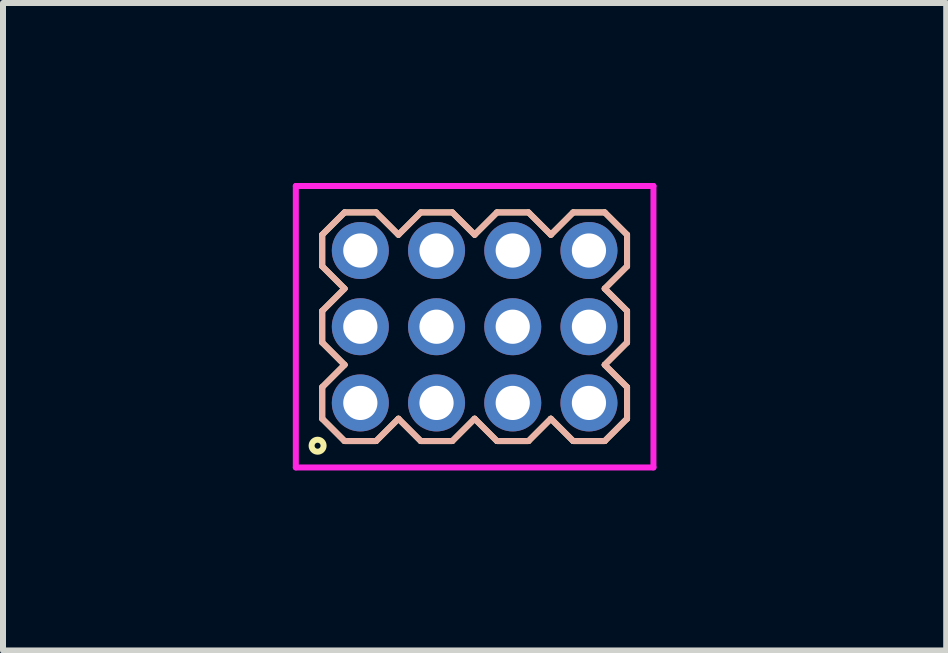
<source format=kicad_pcb>
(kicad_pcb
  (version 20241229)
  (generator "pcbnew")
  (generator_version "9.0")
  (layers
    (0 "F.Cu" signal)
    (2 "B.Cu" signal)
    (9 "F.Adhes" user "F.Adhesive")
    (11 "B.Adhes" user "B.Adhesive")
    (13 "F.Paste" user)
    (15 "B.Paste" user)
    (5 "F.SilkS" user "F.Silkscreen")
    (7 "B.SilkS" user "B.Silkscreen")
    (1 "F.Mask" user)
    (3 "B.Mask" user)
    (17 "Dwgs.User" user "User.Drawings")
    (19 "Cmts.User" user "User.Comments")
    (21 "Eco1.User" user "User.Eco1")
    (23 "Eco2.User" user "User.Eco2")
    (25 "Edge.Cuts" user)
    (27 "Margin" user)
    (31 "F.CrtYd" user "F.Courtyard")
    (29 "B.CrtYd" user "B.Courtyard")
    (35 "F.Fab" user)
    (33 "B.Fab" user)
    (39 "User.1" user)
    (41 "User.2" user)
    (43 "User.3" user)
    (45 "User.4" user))
  (footprint "HDR127P4x3"
    (layer "F.Cu")
    (at 4.86 2.395)
    (property "Reference" "HDR127P4x3" (at 0 0 0) (layer "User.1") (effects (font (size 1 1) (thickness 0.1))))
    (attr through_hole)
    (fp_line (start -2.54 -1.533) (end -2.168 -1.905) (stroke (width 0.1) (type solid)) (layer "F.SilkS"))
    (fp_line (start -2.54 -1.007) (end -2.54 -1.533) (stroke (width 0.1) (type solid)) (layer "F.SilkS"))
    (fp_line (start -2.54 -0.263) (end -2.168 -0.635) (stroke (width 0.1) (type solid)) (layer "F.SilkS"))
    (fp_line (start -2.54 0.263) (end -2.54 -0.263) (stroke (width 0.1) (type solid)) (layer "F.SilkS"))
    (fp_line (start -2.54 1.007) (end -2.168 0.635) (stroke (width 0.1) (type solid)) (layer "F.SilkS"))
    (fp_line (start -2.54 1.533) (end -2.54 1.007) (stroke (width 0.1) (type solid)) (layer "F.SilkS"))
    (fp_line (start -2.168 -1.905) (end -1.642 -1.905) (stroke (width 0.1) (type solid)) (layer "F.SilkS"))
    (fp_line (start -2.168 -0.635) (end -2.54 -1.007) (stroke (width 0.1) (type solid)) (layer "F.SilkS"))
    (fp_line (start -2.168 0.635) (end -2.54 0.263) (stroke (width 0.1) (type solid)) (layer "F.SilkS"))
    (fp_line (start -2.168 1.905) (end -2.54 1.533) (stroke (width 0.1) (type solid)) (layer "F.SilkS"))
    (fp_line (start -1.642 -1.905) (end -1.27 -1.533) (stroke (width 0.1) (type solid)) (layer "F.SilkS"))
    (fp_line (start -1.642 1.905) (end -2.168 1.905) (stroke (width 0.1) (type solid)) (layer "F.SilkS"))
    (fp_line (start -1.27 -1.533) (end -0.898 -1.905) (stroke (width 0.1) (type solid)) (layer "F.SilkS"))
    (fp_line (start -1.27 1.533) (end -1.642 1.905) (stroke (width 0.1) (type solid)) (layer "F.SilkS"))
    (fp_line (start -0.898 -1.905) (end -0.372 -1.905) (stroke (width 0.1) (type solid)) (layer "F.SilkS"))
    (fp_line (start -0.898 1.905) (end -1.27 1.533) (stroke (width 0.1) (type solid)) (layer "F.SilkS"))
    (fp_line (start -0.372 -1.905) (end 0 -1.533) (stroke (width 0.1) (type solid)) (layer "F.SilkS"))
    (fp_line (start -0.372 1.905) (end -0.898 1.905) (stroke (width 0.1) (type solid)) (layer "F.SilkS"))
    (fp_line (start 0 -1.533) (end 0.372 -1.905) (stroke (width 0.1) (type solid)) (layer "F.SilkS"))
    (fp_line (start 0 1.533) (end -0.372 1.905) (stroke (width 0.1) (type solid)) (layer "F.SilkS"))
    (fp_line (start 0.372 -1.905) (end 0.898 -1.905) (stroke (width 0.1) (type solid)) (layer "F.SilkS"))
    (fp_line (start 0.372 1.905) (end 0 1.533) (stroke (width 0.1) (type solid)) (layer "F.SilkS"))
    (fp_line (start 0.898 -1.905) (end 1.27 -1.533) (stroke (width 0.1) (type solid)) (layer "F.SilkS"))
    (fp_line (start 0.898 1.905) (end 0.372 1.905) (stroke (width 0.1) (type solid)) (layer "F.SilkS"))
    (fp_line (start 1.27 -1.533) (end 1.642 -1.905) (stroke (width 0.1) (type solid)) (layer "F.SilkS"))
    (fp_line (start 1.27 1.533) (end 0.898 1.905) (stroke (width 0.1) (type solid)) (layer "F.SilkS"))
    (fp_line (start 1.642 -1.905) (end 2.168 -1.905) (stroke (width 0.1) (type solid)) (layer "F.SilkS"))
    (fp_line (start 1.642 1.905) (end 1.27 1.533) (stroke (width 0.1) (type solid)) (layer "F.SilkS"))
    (fp_line (start 2.168 -1.905) (end 2.54 -1.533) (stroke (width 0.1) (type solid)) (layer "F.SilkS"))
    (fp_line (start 2.168 -0.635) (end 2.54 -0.263) (stroke (width 0.1) (type solid)) (layer "F.SilkS"))
    (fp_line (start 2.168 0.635) (end 2.54 1.007) (stroke (width 0.1) (type solid)) (layer "F.SilkS"))
    (fp_line (start 2.168 1.905) (end 1.642 1.905) (stroke (width 0.1) (type solid)) (layer "F.SilkS"))
    (fp_line (start 2.54 -1.533) (end 2.54 -1.007) (stroke (width 0.1) (type solid)) (layer "F.SilkS"))
    (fp_line (start 2.54 -1.007) (end 2.168 -0.635) (stroke (width 0.1) (type solid)) (layer "F.SilkS"))
    (fp_line (start 2.54 -0.263) (end 2.54 0.263) (stroke (width 0.1) (type solid)) (layer "F.SilkS"))
    (fp_line (start 2.54 0.263) (end 2.168 0.635) (stroke (width 0.1) (type solid)) (layer "F.SilkS"))
    (fp_line (start 2.54 1.007) (end 2.54 1.533) (stroke (width 0.1) (type solid)) (layer "F.SilkS"))
    (fp_line (start 2.54 1.533) (end 2.168 1.905) (stroke (width 0.1) (type solid)) (layer "F.SilkS"))
    (fp_circle (center -2.617 1.983) (end -2.517 1.983) (stroke (width 0.1) (type solid)) (fill no) (layer "F.SilkS"))
    (fp_line (start -2.54 -1.533) (end -2.168 -1.905) (stroke (width 0.1) (type solid)) (layer "B.SilkS"))
    (fp_line (start -2.54 -1.007) (end -2.54 -1.533) (stroke (width 0.1) (type solid)) (layer "B.SilkS"))
    (fp_line (start -2.54 -0.263) (end -2.168 -0.635) (stroke (width 0.1) (type solid)) (layer "B.SilkS"))
    (fp_line (start -2.54 0.263) (end -2.54 -0.263) (stroke (width 0.1) (type solid)) (layer "B.SilkS"))
    (fp_line (start -2.54 1.007) (end -2.168 0.635) (stroke (width 0.1) (type solid)) (layer "B.SilkS"))
    (fp_line (start -2.54 1.533) (end -2.54 1.007) (stroke (width 0.1) (type solid)) (layer "B.SilkS"))
    (fp_line (start -2.168 -1.905) (end -1.642 -1.905) (stroke (width 0.1) (type solid)) (layer "B.SilkS"))
    (fp_line (start -2.168 -0.635) (end -2.54 -1.007) (stroke (width 0.1) (type solid)) (layer "B.SilkS"))
    (fp_line (start -2.168 0.635) (end -2.54 0.263) (stroke (width 0.1) (type solid)) (layer "B.SilkS"))
    (fp_line (start -2.168 1.905) (end -2.54 1.533) (stroke (width 0.1) (type solid)) (layer "B.SilkS"))
    (fp_line (start -1.642 -1.905) (end -1.27 -1.533) (stroke (width 0.1) (type solid)) (layer "B.SilkS"))
    (fp_line (start -1.642 1.905) (end -2.168 1.905) (stroke (width 0.1) (type solid)) (layer "B.SilkS"))
    (fp_line (start -1.27 -1.533) (end -0.898 -1.905) (stroke (width 0.1) (type solid)) (layer "B.SilkS"))
    (fp_line (start -1.27 1.533) (end -1.642 1.905) (stroke (width 0.1) (type solid)) (layer "B.SilkS"))
    (fp_line (start -0.898 -1.905) (end -0.372 -1.905) (stroke (width 0.1) (type solid)) (layer "B.SilkS"))
    (fp_line (start -0.898 1.905) (end -1.27 1.533) (stroke (width 0.1) (type solid)) (layer "B.SilkS"))
    (fp_line (start -0.372 -1.905) (end 0 -1.533) (stroke (width 0.1) (type solid)) (layer "B.SilkS"))
    (fp_line (start -0.372 1.905) (end -0.898 1.905) (stroke (width 0.1) (type solid)) (layer "B.SilkS"))
    (fp_line (start 0 -1.533) (end 0.372 -1.905) (stroke (width 0.1) (type solid)) (layer "B.SilkS"))
    (fp_line (start 0 1.533) (end -0.372 1.905) (stroke (width 0.1) (type solid)) (layer "B.SilkS"))
    (fp_line (start 0.372 -1.905) (end 0.898 -1.905) (stroke (width 0.1) (type solid)) (layer "B.SilkS"))
    (fp_line (start 0.372 1.905) (end 0 1.533) (stroke (width 0.1) (type solid)) (layer "B.SilkS"))
    (fp_line (start 0.898 -1.905) (end 1.27 -1.533) (stroke (width 0.1) (type solid)) (layer "B.SilkS"))
    (fp_line (start 0.898 1.905) (end 0.372 1.905) (stroke (width 0.1) (type solid)) (layer "B.SilkS"))
    (fp_line (start 1.27 -1.533) (end 1.642 -1.905) (stroke (width 0.1) (type solid)) (layer "B.SilkS"))
    (fp_line (start 1.27 1.533) (end 0.898 1.905) (stroke (width 0.1) (type solid)) (layer "B.SilkS"))
    (fp_line (start 1.642 -1.905) (end 2.168 -1.905) (stroke (width 0.1) (type solid)) (layer "B.SilkS"))
    (fp_line (start 1.642 1.905) (end 1.27 1.533) (stroke (width 0.1) (type solid)) (layer "B.SilkS"))
    (fp_line (start 2.168 -1.905) (end 2.54 -1.533) (stroke (width 0.1) (type solid)) (layer "B.SilkS"))
    (fp_line (start 2.168 -0.635) (end 2.54 -0.263) (stroke (width 0.1) (type solid)) (layer "B.SilkS"))
    (fp_line (start 2.168 0.635) (end 2.54 1.007) (stroke (width 0.1) (type solid)) (layer "B.SilkS"))
    (fp_line (start 2.168 1.905) (end 1.642 1.905) (stroke (width 0.1) (type solid)) (layer "B.SilkS"))
    (fp_line (start 2.54 -1.533) (end 2.54 -1.007) (stroke (width 0.1) (type solid)) (layer "B.SilkS"))
    (fp_line (start 2.54 -1.007) (end 2.168 -0.635) (stroke (width 0.1) (type solid)) (layer "B.SilkS"))
    (fp_line (start 2.54 -0.263) (end 2.54 0.263) (stroke (width 0.1) (type solid)) (layer "B.SilkS"))
    (fp_line (start 2.54 0.263) (end 2.168 0.635) (stroke (width 0.1) (type solid)) (layer "B.SilkS"))
    (fp_line (start 2.54 1.007) (end 2.54 1.533) (stroke (width 0.1) (type solid)) (layer "B.SilkS"))
    (fp_line (start 2.54 1.533) (end 2.168 1.905) (stroke (width 0.1) (type solid)) (layer "B.SilkS"))
    (fp_line (start -2.98 -2.345) (end -2.98 2.345) (stroke (width 0.1) (type solid)) (layer "F.CrtYd"))
    (fp_line (start -2.98 2.345) (end 2.98 2.345) (stroke (width 0.1) (type solid)) (layer "F.CrtYd"))
    (fp_line (start 2.98 -2.345) (end -2.98 -2.345) (stroke (width 0.1) (type solid)) (layer "F.CrtYd"))
    (fp_line (start 2.98 2.345) (end 2.98 -2.345) (stroke (width 0.1) (type solid)) (layer "F.CrtYd"))
    (pad "1" thru_hole oval (at -1.905 1.27) (size 0.95 0.95) (drill 0.57) (layers "*.Cu" "*.Mask"))
    (pad "2" thru_hole oval (at -1.905 0) (size 0.95 0.95) (drill 0.57) (layers "*.Cu" "*.Mask"))
    (pad "3" thru_hole oval (at -1.905 -1.27) (size 0.95 0.95) (drill 0.57) (layers "*.Cu" "*.Mask"))
    (pad "4" thru_hole oval (at -0.635 1.27) (size 0.95 0.95) (drill 0.57) (layers "*.Cu" "*.Mask"))
    (pad "5" thru_hole oval (at -0.635 0) (size 0.95 0.95) (drill 0.57) (layers "*.Cu" "*.Mask"))
    (pad "6" thru_hole oval (at -0.635 -1.27) (size 0.95 0.95) (drill 0.57) (layers "*.Cu" "*.Mask"))
    (pad "7" thru_hole oval (at 0.635 1.27) (size 0.95 0.95) (drill 0.57) (layers "*.Cu" "*.Mask"))
    (pad "8" thru_hole oval (at 0.635 0) (size 0.95 0.95) (drill 0.57) (layers "*.Cu" "*.Mask"))
    (pad "9" thru_hole oval (at 0.635 -1.27) (size 0.95 0.95) (drill 0.57) (layers "*.Cu" "*.Mask"))
    (pad "10" thru_hole oval (at 1.905 1.27) (size 0.95 0.95) (drill 0.57) (layers "*.Cu" "*.Mask"))
    (pad "11" thru_hole oval (at 1.905 0) (size 0.95 0.95) (drill 0.57) (layers "*.Cu" "*.Mask"))
    (pad "12" thru_hole oval (at 1.905 -1.27) (size 0.95 0.95) (drill 0.57) (layers "*.Cu" "*.Mask")))
  (gr_rect
    (start -3 -3)
    (end 12.719 7.79)
    (stroke (width 0.1) (type default))
    (fill no)
    (layer "Edge.Cuts")))
</source>
